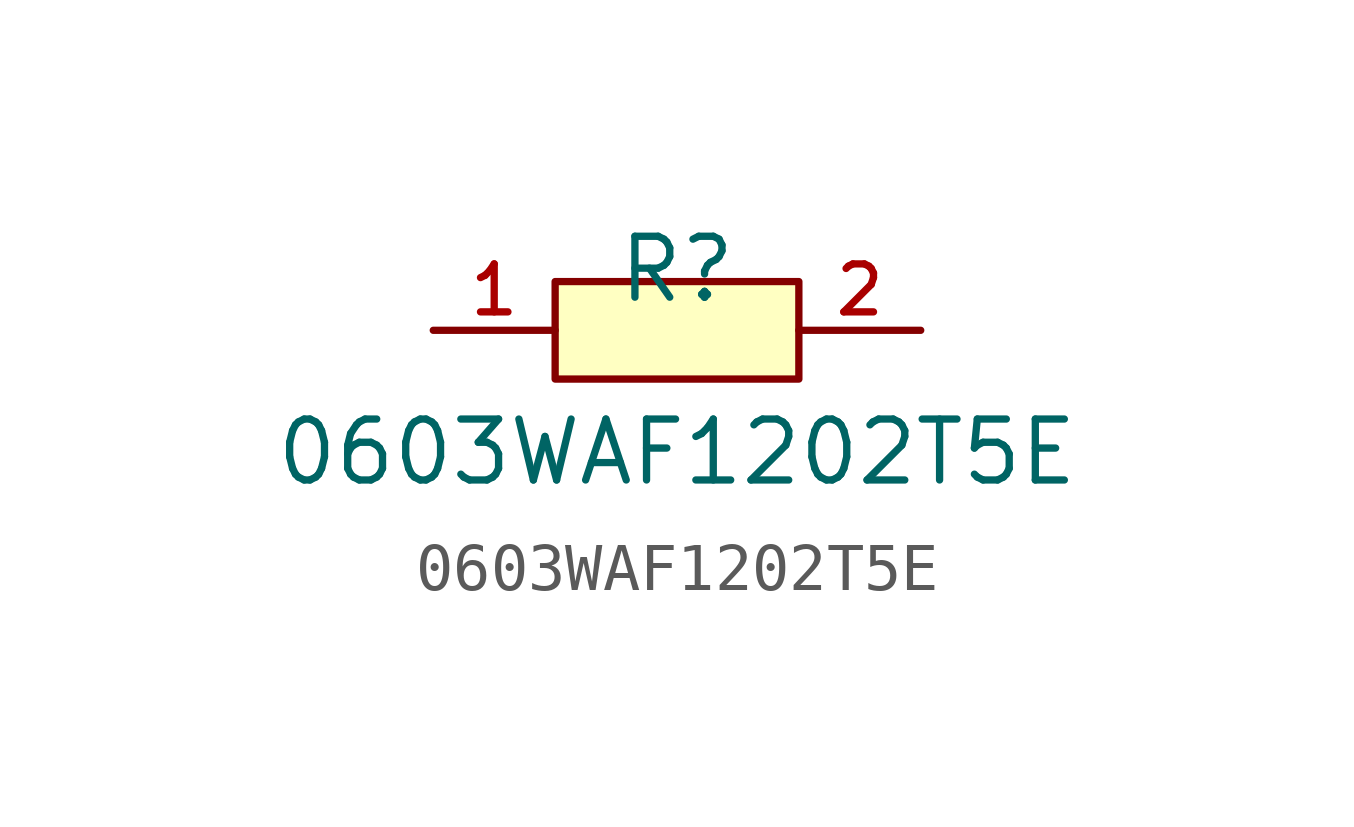
<source format=kicad_sym>
(kicad_symbol_lib
  (version 20210201)
  (generator TousstNicolas/JLC2KiCad_lib)
  (symbol "0603WAF1202T5E"
    (pin_names hide)
    (property "Reference" "R"
      (at 0 1.27 0)
      (effects (font (size 1.27 1.27))))
    (property "Value" "0603WAF1202T5E"
      (at 0 -2.54 0)
      (effects (font (size 1.27 1.27))))
    (symbol "0603WAF1202T5E_0_1"
      (pin input line (at 5.08 -0.0 180) (length 2.54) (name "2" (effects (font (size 1 1)))) (number "2" (effects (font (size 1 1)))))
      (pin input line (at -5.08 -0.0 0) (length 2.54) (name "1" (effects (font (size 1 1)))) (number "1" (effects (font (size 1 1)))))
      (rectangle (start -2.54 1.016) (end 2.54 -1.016) (stroke (width 0) (type default) (color 0 0 0 0)) (fill (type background))))))
</source>
